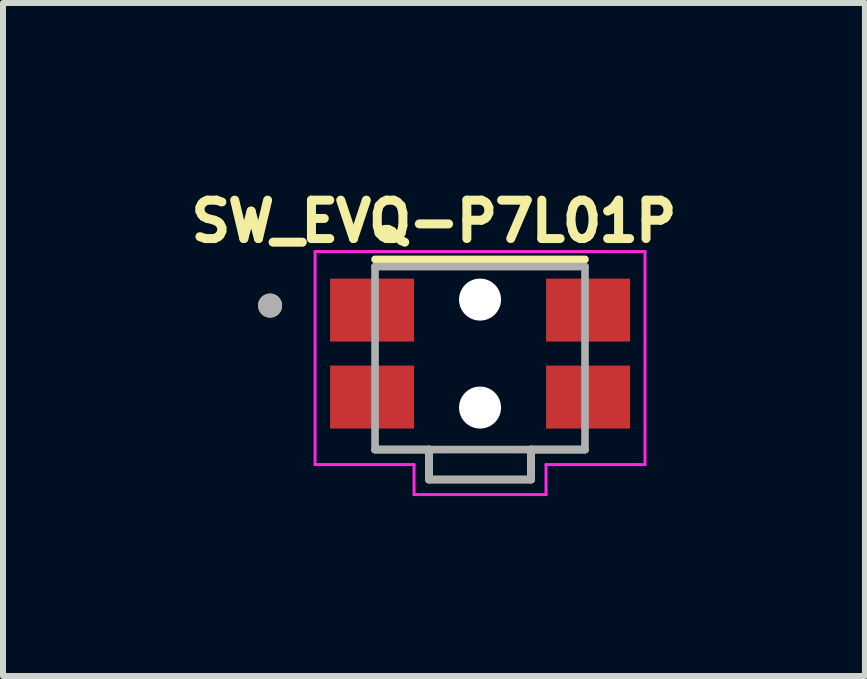
<source format=kicad_pcb>
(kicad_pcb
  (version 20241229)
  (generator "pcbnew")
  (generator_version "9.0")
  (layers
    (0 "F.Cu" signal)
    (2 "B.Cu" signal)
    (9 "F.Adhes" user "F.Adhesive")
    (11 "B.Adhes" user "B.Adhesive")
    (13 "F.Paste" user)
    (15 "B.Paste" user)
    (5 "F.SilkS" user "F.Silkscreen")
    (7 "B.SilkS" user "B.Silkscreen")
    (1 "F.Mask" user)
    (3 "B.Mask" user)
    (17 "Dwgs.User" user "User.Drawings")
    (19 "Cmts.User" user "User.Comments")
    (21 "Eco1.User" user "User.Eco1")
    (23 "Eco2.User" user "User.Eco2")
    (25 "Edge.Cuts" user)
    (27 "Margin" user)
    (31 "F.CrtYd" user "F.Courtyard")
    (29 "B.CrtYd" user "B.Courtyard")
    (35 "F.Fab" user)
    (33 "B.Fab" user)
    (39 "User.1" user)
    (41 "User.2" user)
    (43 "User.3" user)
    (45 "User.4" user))
  (footprint "SW_EVQ-P7L01P"
    (layer "F.Cu")
    (at 4.952 2.844)
    (property "Reference" "SW_EVQ-P7L01P" (at -0.768 -2.206 0) (layer "F.SilkS") (effects (font (size 0.64 0.64) (thickness 0.15))))
    (attr through_hole)
    (fp_line (start -1.75 -1.57) (end 1.75 -1.57) (stroke (width 0.127) (type solid)) (layer "F.SilkS"))
    (fp_line (start -1.75 1.6) (end -0.85 1.6) (stroke (width 0.127) (type solid)) (layer "F.SilkS"))
    (fp_line (start -0.85 1.6) (end -0.85 2.1) (stroke (width 0.127) (type solid)) (layer "F.SilkS"))
    (fp_line (start -0.85 2.1) (end 0.85 2.1) (stroke (width 0.127) (type solid)) (layer "F.SilkS"))
    (fp_line (start 0.85 1.6) (end 1.75 1.6) (stroke (width 0.127) (type solid)) (layer "F.SilkS"))
    (fp_line (start 0.85 2.1) (end 0.85 1.6) (stroke (width 0.127) (type solid)) (layer "F.SilkS"))
    (fp_circle (center -3.5 -0.8) (end -3.4 -0.8) (stroke (width 0.2) (type solid)) (fill no) (layer "F.SilkS"))
    (fp_line (start -2.75 -1.7) (end 2.75 -1.7) (stroke (width 0.05) (type solid)) (layer "F.CrtYd"))
    (fp_line (start -2.75 1.85) (end -2.75 -1.7) (stroke (width 0.05) (type solid)) (layer "F.CrtYd"))
    (fp_line (start -1.1 1.85) (end -2.75 1.85) (stroke (width 0.05) (type solid)) (layer "F.CrtYd"))
    (fp_line (start -1.1 2.35) (end -1.1 1.85) (stroke (width 0.05) (type solid)) (layer "F.CrtYd"))
    (fp_line (start 1.1 1.85) (end 1.1 2.35) (stroke (width 0.05) (type solid)) (layer "F.CrtYd"))
    (fp_line (start 1.1 2.35) (end -1.1 2.35) (stroke (width 0.05) (type solid)) (layer "F.CrtYd"))
    (fp_line (start 2.75 -1.7) (end 2.75 1.85) (stroke (width 0.05) (type solid)) (layer "F.CrtYd"))
    (fp_line (start 2.75 1.85) (end 1.1 1.85) (stroke (width 0.05) (type solid)) (layer "F.CrtYd"))
    (fp_line (start -1.75 -1.45) (end 1.75 -1.45) (stroke (width 0.127) (type solid)) (layer "F.Fab"))
    (fp_line (start -1.75 1.6) (end -1.75 -1.45) (stroke (width 0.127) (type solid)) (layer "F.Fab"))
    (fp_line (start -0.85 1.6) (end -1.75 1.6) (stroke (width 0.127) (type solid)) (layer "F.Fab"))
    (fp_line (start -0.85 1.6) (end -0.85 2.1) (stroke (width 0.127) (type solid)) (layer "F.Fab"))
    (fp_line (start -0.85 2.1) (end 0.85 2.1) (stroke (width 0.127) (type solid)) (layer "F.Fab"))
    (fp_line (start 0.85 1.6) (end -0.85 1.6) (stroke (width 0.127) (type solid)) (layer "F.Fab"))
    (fp_line (start 0.85 2.1) (end 0.85 1.6) (stroke (width 0.127) (type solid)) (layer "F.Fab"))
    (fp_line (start 1.75 -1.45) (end 1.75 1.6) (stroke (width 0.127) (type solid)) (layer "F.Fab"))
    (fp_line (start 1.75 1.6) (end 0.85 1.6) (stroke (width 0.127) (type solid)) (layer "F.Fab"))
    (fp_circle (center -3.5 -0.8) (end -3.4 -0.8) (stroke (width 0.2) (type solid)) (fill no) (layer "F.Fab"))
    (pad "" np_thru_hole circle (at 0 -0.9) (size 0.7 0.7) (drill 0.7) (layers "*.Cu" "*.Mask"))
    (pad "" np_thru_hole circle (at 0 0.9) (size 0.7 0.7) (drill 0.7) (layers "*.Cu" "*.Mask"))
    (pad "1_1" smd rect (at -1.8 -0.725) (size 1.4 1.05) (layers "F.Cu" "F.Mask" "F.Paste"))
    (pad "1_2" smd rect (at 1.8 -0.725) (size 1.4 1.05) (layers "F.Cu" "F.Mask" "F.Paste"))
    (pad "2_1" smd rect (at -1.8 0.725) (size 1.4 1.05) (layers "F.Cu" "F.Mask" "F.Paste"))
    (pad "2_2" smd rect (at 1.8 0.725) (size 1.4 1.05) (layers "F.Cu" "F.Mask" "F.Paste")))
  (gr_rect
    (start -3 -3)
    (end 11.368 8.219)
    (stroke (width 0.1) (type default))
    (fill no)
    (layer "Edge.Cuts")))
</source>
